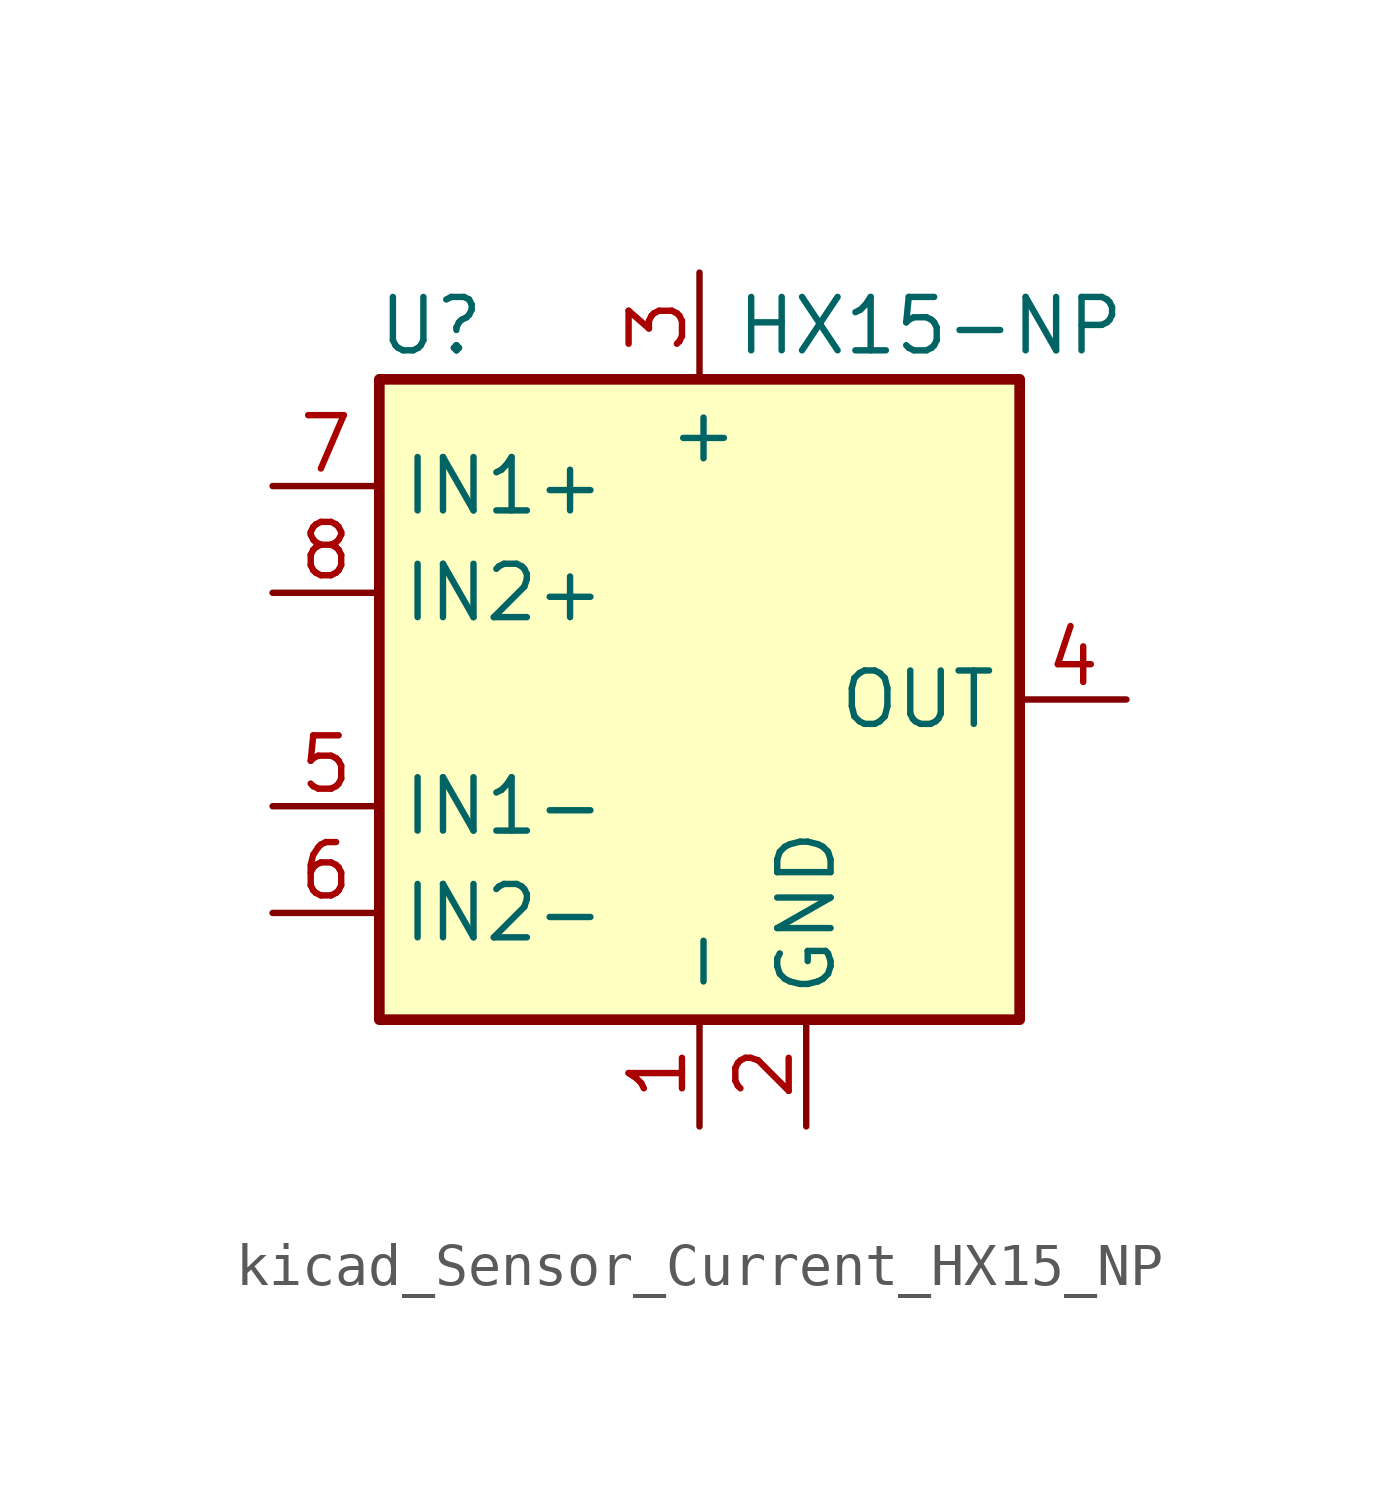
<source format=kicad_sym>
(kicad_symbol_lib
  (version 20220914)
  (generator kicad_symbol_editor)
  (symbol "kicad_Sensor_Current_HX15_NP"
    (property "Reference" "U"
      (at -5.08 8.89 0)
      (effects (font (size 1.27 1.27)) (justify right)))
    (property "Value" "HX15-NP"
      (at 10.16 8.89 0)
      (effects (font (size 1.27 1.27)) (justify right)))
    (symbol "kicad_Sensor_Current_HX15_NP_0_1"
      (rectangle (start -7.62 7.62) (end 7.62 -7.62) (stroke (width 0.254) (type default)) (fill (type background))))
    (symbol "kicad_Sensor_Current_HX15_NP_1_1"
      (pin power_in line (at 0 -10.16 90) (length 2.54) (name "-" (effects (font (size 1.27 1.27)))) (number "1" (effects (font (size 1.27 1.27)))))
      (pin power_in line (at 2.54 -10.16 90) (length 2.54) (name "GND" (effects (font (size 1.27 1.27)))) (number "2" (effects (font (size 1.27 1.27)))))
      (pin power_in line (at 0 10.16 270) (length 2.54) (name "+" (effects (font (size 1.27 1.27)))) (number "3" (effects (font (size 1.27 1.27)))))
      (pin output line (at 10.16 0 180) (length 2.54) (name "OUT" (effects (font (size 1.27 1.27)))) (number "4" (effects (font (size 1.27 1.27)))))
      (pin passive line (at -10.16 -2.54 0) (length 2.54) (name "IN1-" (effects (font (size 1.27 1.27)))) (number "5" (effects (font (size 1.27 1.27)))))
      (pin passive line (at -10.16 -5.08 0) (length 2.54) (name "IN2-" (effects (font (size 1.27 1.27)))) (number "6" (effects (font (size 1.27 1.27)))))
      (pin passive line (at -10.16 5.08 0) (length 2.54) (name "IN1+" (effects (font (size 1.27 1.27)))) (number "7" (effects (font (size 1.27 1.27)))))
      (pin passive line (at -10.16 2.54 0) (length 2.54) (name "IN2+" (effects (font (size 1.27 1.27)))) (number "8" (effects (font (size 1.27 1.27))))))))
</source>
